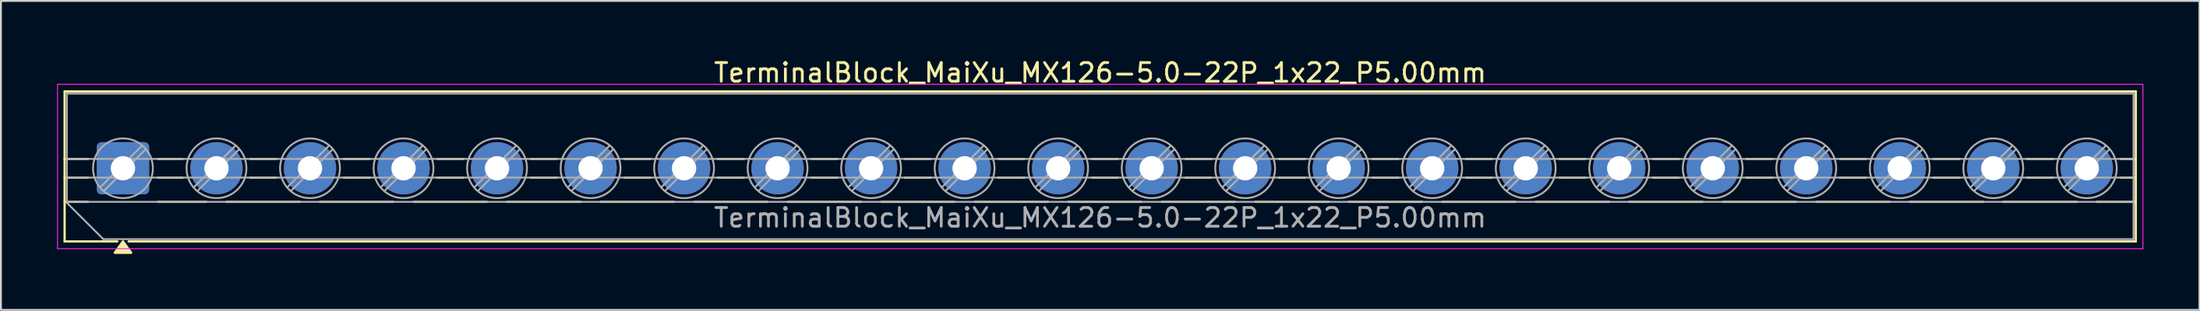
<source format=kicad_pcb>
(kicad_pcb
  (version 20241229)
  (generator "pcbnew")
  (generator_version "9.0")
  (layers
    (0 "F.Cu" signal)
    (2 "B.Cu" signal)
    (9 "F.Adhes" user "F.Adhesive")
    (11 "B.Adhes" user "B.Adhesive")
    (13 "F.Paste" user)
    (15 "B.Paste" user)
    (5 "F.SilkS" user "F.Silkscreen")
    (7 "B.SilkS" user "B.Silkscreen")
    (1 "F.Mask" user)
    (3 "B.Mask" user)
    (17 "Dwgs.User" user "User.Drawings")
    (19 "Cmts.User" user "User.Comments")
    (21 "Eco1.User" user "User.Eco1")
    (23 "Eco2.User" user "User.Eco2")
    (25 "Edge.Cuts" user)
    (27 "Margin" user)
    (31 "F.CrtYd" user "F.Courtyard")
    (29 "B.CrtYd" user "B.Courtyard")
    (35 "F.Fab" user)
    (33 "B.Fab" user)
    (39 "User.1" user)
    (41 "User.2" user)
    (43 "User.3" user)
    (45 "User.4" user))
  (footprint "TerminalBlock_MaiXu_MX126-5.0-22P_1x22_P5.00mm"
    (layer "F.Cu")
    (at 3.525 5.968)
    (property "Reference" "TerminalBlock_MaiXu_MX126-5.0-22P_1x22_P5.00mm" (at 52.25 -5.12 0) (layer "F.SilkS") (effects (font (size 1 1) (thickness 0.15))))
    (attr through_hole)
    (fp_line (start -3.12 -4.12) (end -3.12 3.92) (stroke (width 0.12) (type solid)) (layer "F.SilkS"))
    (fp_line (start -3.12 -4.12) (end 107.62 -4.12) (stroke (width 0.12) (type solid)) (layer "F.SilkS"))
    (fp_line (start -3.12 -0.5) (end -1.88 -0.5) (stroke (width 0.12) (type solid)) (layer "F.SilkS"))
    (fp_line (start -3.12 0.5) (end -1.88 0.5) (stroke (width 0.12) (type solid)) (layer "F.SilkS"))
    (fp_line (start -3.12 1.8) (end -1.88 1.8) (stroke (width 0.12) (type solid)) (layer "F.SilkS"))
    (fp_line (start -3.12 3.92) (end -0.3 3.92) (stroke (width 0.12) (type solid)) (layer "F.SilkS"))
    (fp_line (start 0.3 3.92) (end 107.62 3.92) (stroke (width 0.12) (type solid)) (layer "F.SilkS"))
    (fp_line (start 1.88 -0.5) (end 3.188 -0.5) (stroke (width 0.12) (type solid)) (layer "F.SilkS"))
    (fp_line (start 1.88 0.5) (end 3.188 0.5) (stroke (width 0.12) (type solid)) (layer "F.SilkS"))
    (fp_line (start 1.88 1.8) (end 4.457 1.8) (stroke (width 0.12) (type solid)) (layer "F.SilkS"))
    (fp_line (start 5.543 1.8) (end 9.457 1.8) (stroke (width 0.12) (type solid)) (layer "F.SilkS"))
    (fp_line (start 6.812 -0.5) (end 8.188 -0.5) (stroke (width 0.12) (type solid)) (layer "F.SilkS"))
    (fp_line (start 6.812 0.5) (end 8.188 0.5) (stroke (width 0.12) (type solid)) (layer "F.SilkS"))
    (fp_line (start 10.543 1.8) (end 14.457 1.8) (stroke (width 0.12) (type solid)) (layer "F.SilkS"))
    (fp_line (start 11.812 -0.5) (end 13.188 -0.5) (stroke (width 0.12) (type solid)) (layer "F.SilkS"))
    (fp_line (start 11.812 0.5) (end 13.188 0.5) (stroke (width 0.12) (type solid)) (layer "F.SilkS"))
    (fp_line (start 15.543 1.8) (end 19.457 1.8) (stroke (width 0.12) (type solid)) (layer "F.SilkS"))
    (fp_line (start 16.812 -0.5) (end 18.188 -0.5) (stroke (width 0.12) (type solid)) (layer "F.SilkS"))
    (fp_line (start 16.812 0.5) (end 18.188 0.5) (stroke (width 0.12) (type solid)) (layer "F.SilkS"))
    (fp_line (start 20.543 1.8) (end 24.457 1.8) (stroke (width 0.12) (type solid)) (layer "F.SilkS"))
    (fp_line (start 21.812 -0.5) (end 23.188 -0.5) (stroke (width 0.12) (type solid)) (layer "F.SilkS"))
    (fp_line (start 21.812 0.5) (end 23.188 0.5) (stroke (width 0.12) (type solid)) (layer "F.SilkS"))
    (fp_line (start 25.543 1.8) (end 29.457 1.8) (stroke (width 0.12) (type solid)) (layer "F.SilkS"))
    (fp_line (start 26.812 -0.5) (end 28.188 -0.5) (stroke (width 0.12) (type solid)) (layer "F.SilkS"))
    (fp_line (start 26.812 0.5) (end 28.188 0.5) (stroke (width 0.12) (type solid)) (layer "F.SilkS"))
    (fp_line (start 30.543 1.8) (end 34.457 1.8) (stroke (width 0.12) (type solid)) (layer "F.SilkS"))
    (fp_line (start 31.812 -0.5) (end 33.188 -0.5) (stroke (width 0.12) (type solid)) (layer "F.SilkS"))
    (fp_line (start 31.812 0.5) (end 33.188 0.5) (stroke (width 0.12) (type solid)) (layer "F.SilkS"))
    (fp_line (start 35.543 1.8) (end 39.457 1.8) (stroke (width 0.12) (type solid)) (layer "F.SilkS"))
    (fp_line (start 36.812 -0.5) (end 38.188 -0.5) (stroke (width 0.12) (type solid)) (layer "F.SilkS"))
    (fp_line (start 36.812 0.5) (end 38.188 0.5) (stroke (width 0.12) (type solid)) (layer "F.SilkS"))
    (fp_line (start 40.543 1.8) (end 44.457 1.8) (stroke (width 0.12) (type solid)) (layer "F.SilkS"))
    (fp_line (start 41.812 -0.5) (end 43.188 -0.5) (stroke (width 0.12) (type solid)) (layer "F.SilkS"))
    (fp_line (start 41.812 0.5) (end 43.188 0.5) (stroke (width 0.12) (type solid)) (layer "F.SilkS"))
    (fp_line (start 45.543 1.8) (end 49.457 1.8) (stroke (width 0.12) (type solid)) (layer "F.SilkS"))
    (fp_line (start 46.812 -0.5) (end 48.188 -0.5) (stroke (width 0.12) (type solid)) (layer "F.SilkS"))
    (fp_line (start 46.812 0.5) (end 48.188 0.5) (stroke (width 0.12) (type solid)) (layer "F.SilkS"))
    (fp_line (start 50.543 1.8) (end 54.457 1.8) (stroke (width 0.12) (type solid)) (layer "F.SilkS"))
    (fp_line (start 51.812 -0.5) (end 53.188 -0.5) (stroke (width 0.12) (type solid)) (layer "F.SilkS"))
    (fp_line (start 51.812 0.5) (end 53.188 0.5) (stroke (width 0.12) (type solid)) (layer "F.SilkS"))
    (fp_line (start 55.543 1.8) (end 59.457 1.8) (stroke (width 0.12) (type solid)) (layer "F.SilkS"))
    (fp_line (start 56.812 -0.5) (end 58.188 -0.5) (stroke (width 0.12) (type solid)) (layer "F.SilkS"))
    (fp_line (start 56.812 0.5) (end 58.188 0.5) (stroke (width 0.12) (type solid)) (layer "F.SilkS"))
    (fp_line (start 60.543 1.8) (end 64.457 1.8) (stroke (width 0.12) (type solid)) (layer "F.SilkS"))
    (fp_line (start 61.812 -0.5) (end 63.188 -0.5) (stroke (width 0.12) (type solid)) (layer "F.SilkS"))
    (fp_line (start 61.812 0.5) (end 63.188 0.5) (stroke (width 0.12) (type solid)) (layer "F.SilkS"))
    (fp_line (start 65.543 1.8) (end 69.457 1.8) (stroke (width 0.12) (type solid)) (layer "F.SilkS"))
    (fp_line (start 66.812 -0.5) (end 68.188 -0.5) (stroke (width 0.12) (type solid)) (layer "F.SilkS"))
    (fp_line (start 66.812 0.5) (end 68.188 0.5) (stroke (width 0.12) (type solid)) (layer "F.SilkS"))
    (fp_line (start 70.543 1.8) (end 74.457 1.8) (stroke (width 0.12) (type solid)) (layer "F.SilkS"))
    (fp_line (start 71.812 -0.5) (end 73.188 -0.5) (stroke (width 0.12) (type solid)) (layer "F.SilkS"))
    (fp_line (start 71.812 0.5) (end 73.188 0.5) (stroke (width 0.12) (type solid)) (layer "F.SilkS"))
    (fp_line (start 75.543 1.8) (end 79.457 1.8) (stroke (width 0.12) (type solid)) (layer "F.SilkS"))
    (fp_line (start 76.812 -0.5) (end 78.188 -0.5) (stroke (width 0.12) (type solid)) (layer "F.SilkS"))
    (fp_line (start 76.812 0.5) (end 78.188 0.5) (stroke (width 0.12) (type solid)) (layer "F.SilkS"))
    (fp_line (start 80.543 1.8) (end 84.457 1.8) (stroke (width 0.12) (type solid)) (layer "F.SilkS"))
    (fp_line (start 81.812 -0.5) (end 83.188 -0.5) (stroke (width 0.12) (type solid)) (layer "F.SilkS"))
    (fp_line (start 81.812 0.5) (end 83.188 0.5) (stroke (width 0.12) (type solid)) (layer "F.SilkS"))
    (fp_line (start 85.543 1.8) (end 89.457 1.8) (stroke (width 0.12) (type solid)) (layer "F.SilkS"))
    (fp_line (start 86.812 -0.5) (end 88.188 -0.5) (stroke (width 0.12) (type solid)) (layer "F.SilkS"))
    (fp_line (start 86.812 0.5) (end 88.188 0.5) (stroke (width 0.12) (type solid)) (layer "F.SilkS"))
    (fp_line (start 90.543 1.8) (end 94.457 1.8) (stroke (width 0.12) (type solid)) (layer "F.SilkS"))
    (fp_line (start 91.812 -0.5) (end 93.188 -0.5) (stroke (width 0.12) (type solid)) (layer "F.SilkS"))
    (fp_line (start 91.812 0.5) (end 93.188 0.5) (stroke (width 0.12) (type solid)) (layer "F.SilkS"))
    (fp_line (start 95.543 1.8) (end 99.457 1.8) (stroke (width 0.12) (type solid)) (layer "F.SilkS"))
    (fp_line (start 96.812 -0.5) (end 98.188 -0.5) (stroke (width 0.12) (type solid)) (layer "F.SilkS"))
    (fp_line (start 96.812 0.5) (end 98.188 0.5) (stroke (width 0.12) (type solid)) (layer "F.SilkS"))
    (fp_line (start 100.543 1.8) (end 104.457 1.8) (stroke (width 0.12) (type solid)) (layer "F.SilkS"))
    (fp_line (start 101.812 -0.5) (end 103.188 -0.5) (stroke (width 0.12) (type solid)) (layer "F.SilkS"))
    (fp_line (start 101.812 0.5) (end 103.188 0.5) (stroke (width 0.12) (type solid)) (layer "F.SilkS"))
    (fp_line (start 105.543 1.8) (end 107.62 1.8) (stroke (width 0.12) (type solid)) (layer "F.SilkS"))
    (fp_line (start 106.812 -0.5) (end 107.62 -0.5) (stroke (width 0.12) (type solid)) (layer "F.SilkS"))
    (fp_line (start 106.812 0.5) (end 107.62 0.5) (stroke (width 0.12) (type solid)) (layer "F.SilkS"))
    (fp_line (start 107.62 -4.12) (end 107.62 3.92) (stroke (width 0.12) (type solid)) (layer "F.SilkS"))
    (fp_poly (pts (xy 0 3.92) (xy 0.44 4.53) (xy -0.44 4.53)) (stroke (width 0.12) (type solid)) (fill yes) (layer "F.SilkS"))
    (fp_line (start -3.5 -4.5) (end -3.5 4.31) (stroke (width 0.05) (type solid)) (layer "F.CrtYd"))
    (fp_line (start -3.5 4.31) (end 108 4.31) (stroke (width 0.05) (type solid)) (layer "F.CrtYd"))
    (fp_line (start 108 -4.5) (end -3.5 -4.5) (stroke (width 0.05) (type solid)) (layer "F.CrtYd"))
    (fp_line (start 108 4.31) (end 108 -4.5) (stroke (width 0.05) (type solid)) (layer "F.CrtYd"))
    (fp_line (start -3 -4) (end 107.5 -4) (stroke (width 0.1) (type solid)) (layer "F.Fab"))
    (fp_line (start -3 -0.5) (end 107.5 -0.5) (stroke (width 0.1) (type solid)) (layer "F.Fab"))
    (fp_line (start -3 0.5) (end 107.5 0.5) (stroke (width 0.1) (type solid)) (layer "F.Fab"))
    (fp_line (start -3 1.8) (end 107.5 1.8) (stroke (width 0.1) (type solid)) (layer "F.Fab"))
    (fp_line (start -3 1.85) (end -3 -4) (stroke (width 0.1) (type solid)) (layer "F.Fab"))
    (fp_line (start -1.05 3.8) (end -3 1.85) (stroke (width 0.1) (type solid)) (layer "F.Fab"))
    (fp_line (start 1.018 -1.213) (end -1.214 1.018) (stroke (width 0.1) (type solid)) (layer "F.Fab"))
    (fp_line (start 1.213 -1.018) (end -1.018 1.213) (stroke (width 0.1) (type solid)) (layer "F.Fab"))
    (fp_line (start 6.018 -1.213) (end 3.786 1.018) (stroke (width 0.1) (type solid)) (layer "F.Fab"))
    (fp_line (start 6.213 -1.018) (end 3.982 1.213) (stroke (width 0.1) (type solid)) (layer "F.Fab"))
    (fp_line (start 11.018 -1.213) (end 8.786 1.018) (stroke (width 0.1) (type solid)) (layer "F.Fab"))
    (fp_line (start 11.213 -1.018) (end 8.982 1.213) (stroke (width 0.1) (type solid)) (layer "F.Fab"))
    (fp_line (start 16.018 -1.213) (end 13.786 1.018) (stroke (width 0.1) (type solid)) (layer "F.Fab"))
    (fp_line (start 16.213 -1.018) (end 13.982 1.213) (stroke (width 0.1) (type solid)) (layer "F.Fab"))
    (fp_line (start 21.018 -1.213) (end 18.786 1.018) (stroke (width 0.1) (type solid)) (layer "F.Fab"))
    (fp_line (start 21.213 -1.018) (end 18.982 1.213) (stroke (width 0.1) (type solid)) (layer "F.Fab"))
    (fp_line (start 26.018 -1.213) (end 23.786 1.018) (stroke (width 0.1) (type solid)) (layer "F.Fab"))
    (fp_line (start 26.213 -1.018) (end 23.982 1.213) (stroke (width 0.1) (type solid)) (layer "F.Fab"))
    (fp_line (start 31.018 -1.213) (end 28.786 1.018) (stroke (width 0.1) (type solid)) (layer "F.Fab"))
    (fp_line (start 31.213 -1.018) (end 28.982 1.213) (stroke (width 0.1) (type solid)) (layer "F.Fab"))
    (fp_line (start 36.018 -1.213) (end 33.786 1.018) (stroke (width 0.1) (type solid)) (layer "F.Fab"))
    (fp_line (start 36.213 -1.018) (end 33.982 1.213) (stroke (width 0.1) (type solid)) (layer "F.Fab"))
    (fp_line (start 41.018 -1.213) (end 38.786 1.018) (stroke (width 0.1) (type solid)) (layer "F.Fab"))
    (fp_line (start 41.213 -1.018) (end 38.982 1.213) (stroke (width 0.1) (type solid)) (layer "F.Fab"))
    (fp_line (start 46.018 -1.213) (end 43.786 1.018) (stroke (width 0.1) (type solid)) (layer "F.Fab"))
    (fp_line (start 46.213 -1.018) (end 43.982 1.213) (stroke (width 0.1) (type solid)) (layer "F.Fab"))
    (fp_line (start 51.018 -1.213) (end 48.786 1.018) (stroke (width 0.1) (type solid)) (layer "F.Fab"))
    (fp_line (start 51.213 -1.018) (end 48.982 1.213) (stroke (width 0.1) (type solid)) (layer "F.Fab"))
    (fp_line (start 56.018 -1.213) (end 53.786 1.018) (stroke (width 0.1) (type solid)) (layer "F.Fab"))
    (fp_line (start 56.213 -1.018) (end 53.982 1.213) (stroke (width 0.1) (type solid)) (layer "F.Fab"))
    (fp_line (start 61.018 -1.213) (end 58.786 1.018) (stroke (width 0.1) (type solid)) (layer "F.Fab"))
    (fp_line (start 61.213 -1.018) (end 58.982 1.213) (stroke (width 0.1) (type solid)) (layer "F.Fab"))
    (fp_line (start 66.018 -1.213) (end 63.786 1.018) (stroke (width 0.1) (type solid)) (layer "F.Fab"))
    (fp_line (start 66.213 -1.018) (end 63.982 1.213) (stroke (width 0.1) (type solid)) (layer "F.Fab"))
    (fp_line (start 71.018 -1.213) (end 68.786 1.018) (stroke (width 0.1) (type solid)) (layer "F.Fab"))
    (fp_line (start 71.213 -1.018) (end 68.982 1.213) (stroke (width 0.1) (type solid)) (layer "F.Fab"))
    (fp_line (start 76.018 -1.213) (end 73.786 1.018) (stroke (width 0.1) (type solid)) (layer "F.Fab"))
    (fp_line (start 76.213 -1.018) (end 73.982 1.213) (stroke (width 0.1) (type solid)) (layer "F.Fab"))
    (fp_line (start 81.018 -1.213) (end 78.786 1.018) (stroke (width 0.1) (type solid)) (layer "F.Fab"))
    (fp_line (start 81.213 -1.018) (end 78.982 1.213) (stroke (width 0.1) (type solid)) (layer "F.Fab"))
    (fp_line (start 86.018 -1.213) (end 83.786 1.018) (stroke (width 0.1) (type solid)) (layer "F.Fab"))
    (fp_line (start 86.213 -1.018) (end 83.982 1.213) (stroke (width 0.1) (type solid)) (layer "F.Fab"))
    (fp_line (start 91.018 -1.213) (end 88.786 1.018) (stroke (width 0.1) (type solid)) (layer "F.Fab"))
    (fp_line (start 91.213 -1.018) (end 88.982 1.213) (stroke (width 0.1) (type solid)) (layer "F.Fab"))
    (fp_line (start 96.018 -1.213) (end 93.786 1.018) (stroke (width 0.1) (type solid)) (layer "F.Fab"))
    (fp_line (start 96.213 -1.018) (end 93.982 1.213) (stroke (width 0.1) (type solid)) (layer "F.Fab"))
    (fp_line (start 101.018 -1.213) (end 98.786 1.018) (stroke (width 0.1) (type solid)) (layer "F.Fab"))
    (fp_line (start 101.213 -1.018) (end 98.982 1.213) (stroke (width 0.1) (type solid)) (layer "F.Fab"))
    (fp_line (start 106.018 -1.213) (end 103.786 1.018) (stroke (width 0.1) (type solid)) (layer "F.Fab"))
    (fp_line (start 106.213 -1.018) (end 103.982 1.213) (stroke (width 0.1) (type solid)) (layer "F.Fab"))
    (fp_line (start 107.5 -4) (end 107.5 3.8) (stroke (width 0.1) (type solid)) (layer "F.Fab"))
    (fp_line (start 107.5 3.8) (end -1.05 3.8) (stroke (width 0.1) (type solid)) (layer "F.Fab"))
    (fp_circle (center 0 0) (end 1.6 0) (stroke (width 0.1) (type solid)) (fill no) (layer "F.Fab"))
    (fp_circle (center 5 0) (end 6.6 0) (stroke (width 0.1) (type solid)) (fill no) (layer "F.Fab"))
    (fp_circle (center 10 0) (end 11.6 0) (stroke (width 0.1) (type solid)) (fill no) (layer "F.Fab"))
    (fp_circle (center 15 0) (end 16.6 0) (stroke (width 0.1) (type solid)) (fill no) (layer "F.Fab"))
    (fp_circle (center 20 0) (end 21.6 0) (stroke (width 0.1) (type solid)) (fill no) (layer "F.Fab"))
    (fp_circle (center 25 0) (end 26.6 0) (stroke (width 0.1) (type solid)) (fill no) (layer "F.Fab"))
    (fp_circle (center 30 0) (end 31.6 0) (stroke (width 0.1) (type solid)) (fill no) (layer "F.Fab"))
    (fp_circle (center 35 0) (end 36.6 0) (stroke (width 0.1) (type solid)) (fill no) (layer "F.Fab"))
    (fp_circle (center 40 0) (end 41.6 0) (stroke (width 0.1) (type solid)) (fill no) (layer "F.Fab"))
    (fp_circle (center 45 0) (end 46.6 0) (stroke (width 0.1) (type solid)) (fill no) (layer "F.Fab"))
    (fp_circle (center 50 0) (end 51.6 0) (stroke (width 0.1) (type solid)) (fill no) (layer "F.Fab"))
    (fp_circle (center 55 0) (end 56.6 0) (stroke (width 0.1) (type solid)) (fill no) (layer "F.Fab"))
    (fp_circle (center 60 0) (end 61.6 0) (stroke (width 0.1) (type solid)) (fill no) (layer "F.Fab"))
    (fp_circle (center 65 0) (end 66.6 0) (stroke (width 0.1) (type solid)) (fill no) (layer "F.Fab"))
    (fp_circle (center 70 0) (end 71.6 0) (stroke (width 0.1) (type solid)) (fill no) (layer "F.Fab"))
    (fp_circle (center 75 0) (end 76.6 0) (stroke (width 0.1) (type solid)) (fill no) (layer "F.Fab"))
    (fp_circle (center 80 0) (end 81.6 0) (stroke (width 0.1) (type solid)) (fill no) (layer "F.Fab"))
    (fp_circle (center 85 0) (end 86.6 0) (stroke (width 0.1) (type solid)) (fill no) (layer "F.Fab"))
    (fp_circle (center 90 0) (end 91.6 0) (stroke (width 0.1) (type solid)) (fill no) (layer "F.Fab"))
    (fp_circle (center 95 0) (end 96.6 0) (stroke (width 0.1) (type solid)) (fill no) (layer "F.Fab"))
    (fp_circle (center 100 0) (end 101.6 0) (stroke (width 0.1) (type solid)) (fill no) (layer "F.Fab"))
    (fp_circle (center 105 0) (end 106.6 0) (stroke (width 0.1) (type solid)) (fill no) (layer "F.Fab"))
    (fp_text user "${REFERENCE}" (at 52.25 2.65 0) (layer "F.Fab") (effects (font (size 1 1) (thickness 0.15))))
    (pad "1" thru_hole roundrect (at 0 0) (size 2.8 2.8) (drill 1.3) (layers "*.Cu" "*.Mask") (roundrect_rratio 0.089))
    (pad "2" thru_hole circle (at 5 0) (size 2.8 2.8) (drill 1.3) (layers "*.Cu" "*.Mask"))
    (pad "3" thru_hole circle (at 10 0) (size 2.8 2.8) (drill 1.3) (layers "*.Cu" "*.Mask"))
    (pad "4" thru_hole circle (at 15 0) (size 2.8 2.8) (drill 1.3) (layers "*.Cu" "*.Mask"))
    (pad "5" thru_hole circle (at 20 0) (size 2.8 2.8) (drill 1.3) (layers "*.Cu" "*.Mask"))
    (pad "6" thru_hole circle (at 25 0) (size 2.8 2.8) (drill 1.3) (layers "*.Cu" "*.Mask"))
    (pad "7" thru_hole circle (at 30 0) (size 2.8 2.8) (drill 1.3) (layers "*.Cu" "*.Mask"))
    (pad "8" thru_hole circle (at 35 0) (size 2.8 2.8) (drill 1.3) (layers "*.Cu" "*.Mask"))
    (pad "9" thru_hole circle (at 40 0) (size 2.8 2.8) (drill 1.3) (layers "*.Cu" "*.Mask"))
    (pad "10" thru_hole circle (at 45 0) (size 2.8 2.8) (drill 1.3) (layers "*.Cu" "*.Mask"))
    (pad "11" thru_hole circle (at 50 0) (size 2.8 2.8) (drill 1.3) (layers "*.Cu" "*.Mask"))
    (pad "12" thru_hole circle (at 55 0) (size 2.8 2.8) (drill 1.3) (layers "*.Cu" "*.Mask"))
    (pad "13" thru_hole circle (at 60 0) (size 2.8 2.8) (drill 1.3) (layers "*.Cu" "*.Mask"))
    (pad "14" thru_hole circle (at 65 0) (size 2.8 2.8) (drill 1.3) (layers "*.Cu" "*.Mask"))
    (pad "15" thru_hole circle (at 70 0) (size 2.8 2.8) (drill 1.3) (layers "*.Cu" "*.Mask"))
    (pad "16" thru_hole circle (at 75 0) (size 2.8 2.8) (drill 1.3) (layers "*.Cu" "*.Mask"))
    (pad "17" thru_hole circle (at 80 0) (size 2.8 2.8) (drill 1.3) (layers "*.Cu" "*.Mask"))
    (pad "18" thru_hole circle (at 85 0) (size 2.8 2.8) (drill 1.3) (layers "*.Cu" "*.Mask"))
    (pad "19" thru_hole circle (at 90 0) (size 2.8 2.8) (drill 1.3) (layers "*.Cu" "*.Mask"))
    (pad "20" thru_hole circle (at 95 0) (size 2.8 2.8) (drill 1.3) (layers "*.Cu" "*.Mask"))
    (pad "21" thru_hole circle (at 100 0) (size 2.8 2.8) (drill 1.3) (layers "*.Cu" "*.Mask"))
    (pad "22" thru_hole circle (at 105 0) (size 2.8 2.8) (drill 1.3) (layers "*.Cu" "*.Mask")))
  (gr_rect
    (start -3 -3)
    (end 114.55 13.558)
    (stroke (width 0.1) (type default))
    (fill no)
    (layer "Edge.Cuts")))
</source>
